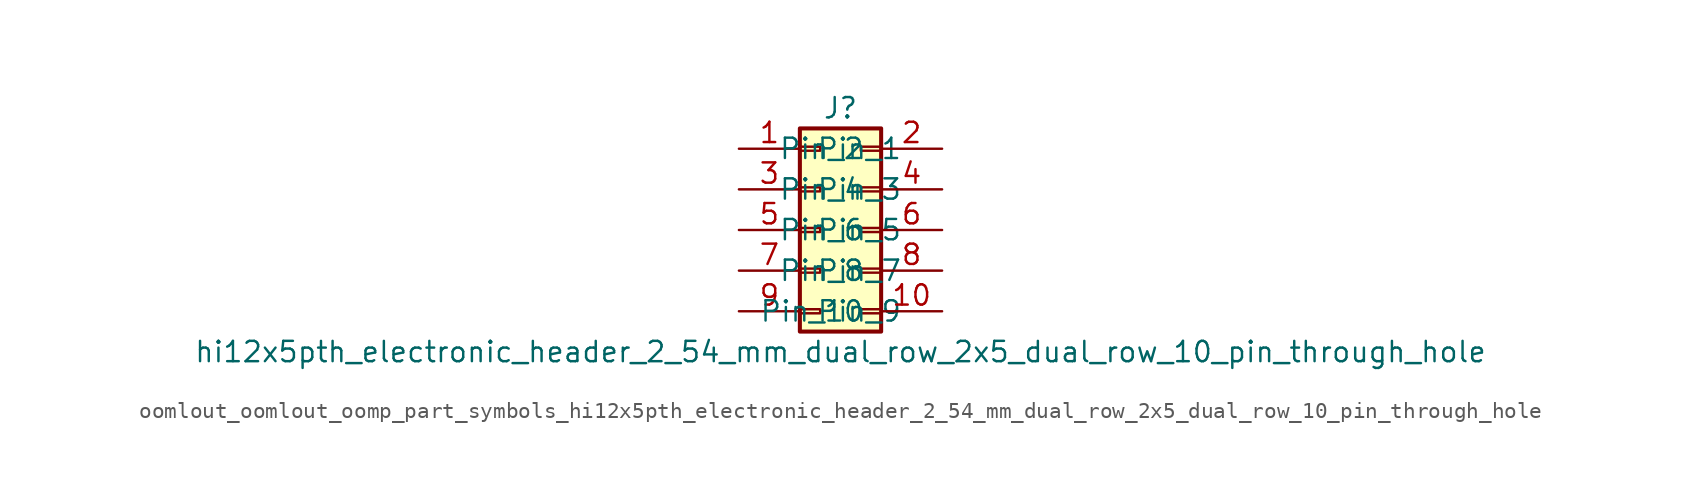
<source format=kicad_sym>
(kicad_symbol_lib
  (version 20220914)
  (generator kicad_symbol_editor)
  (symbol "oomlout_oomlout_oomp_part_symbols_hi12x5pth_electronic_header_2_54_mm_dual_row_2x5_dual_row_10_pin_through_hole"
    (pin_names
      (offset 1.016))
    (property "Reference" "J"
      (at 1.27 7.62 0)
      (effects (font (size 1.27 1.27))))
    (property "Value" "hi12x5pth_electronic_header_2_54_mm_dual_row_2x5_dual_row_10_pin_through_hole"
      (at 1.27 -7.62 0)
      (effects (font (size 1.27 1.27))))
    (symbol "oomlout_oomlout_oomp_part_symbols_hi12x5pth_electronic_header_2_54_mm_dual_row_2x5_dual_row_10_pin_through_hole_1_1"
      (rectangle (start -1.27 -4.953) (end 0 -5.207) (stroke (width 0.152) (type default)) (fill (type none)))
      (rectangle (start -1.27 -2.413) (end 0 -2.667) (stroke (width 0.152) (type default)) (fill (type none)))
      (rectangle (start -1.27 0.127) (end 0 -0.127) (stroke (width 0.152) (type default)) (fill (type none)))
      (rectangle (start -1.27 2.667) (end 0 2.413) (stroke (width 0.152) (type default)) (fill (type none)))
      (rectangle (start -1.27 5.207) (end 0 4.953) (stroke (width 0.152) (type default)) (fill (type none)))
      (rectangle (start -1.27 6.35) (end 3.81 -6.35) (stroke (width 0.254) (type default)) (fill (type background)))
      (rectangle (start 3.81 -4.953) (end 2.54 -5.207) (stroke (width 0.152) (type default)) (fill (type none)))
      (rectangle (start 3.81 -2.413) (end 2.54 -2.667) (stroke (width 0.152) (type default)) (fill (type none)))
      (rectangle (start 3.81 0.127) (end 2.54 -0.127) (stroke (width 0.152) (type default)) (fill (type none)))
      (rectangle (start 3.81 2.667) (end 2.54 2.413) (stroke (width 0.152) (type default)) (fill (type none)))
      (rectangle (start 3.81 5.207) (end 2.54 4.953) (stroke (width 0.152) (type default)) (fill (type none)))
      (pin passive line (at -5.08 5.08 0) (length 3.81) (name "Pin_1" (effects (font (size 1.27 1.27)))) (number "1" (effects (font (size 1.27 1.27)))))
      (pin passive line (at 7.62 -5.08 180) (length 3.81) (name "Pin_10" (effects (font (size 1.27 1.27)))) (number "10" (effects (font (size 1.27 1.27)))))
      (pin passive line (at 7.62 5.08 180) (length 3.81) (name "Pin_2" (effects (font (size 1.27 1.27)))) (number "2" (effects (font (size 1.27 1.27)))))
      (pin passive line (at -5.08 2.54 0) (length 3.81) (name "Pin_3" (effects (font (size 1.27 1.27)))) (number "3" (effects (font (size 1.27 1.27)))))
      (pin passive line (at 7.62 2.54 180) (length 3.81) (name "Pin_4" (effects (font (size 1.27 1.27)))) (number "4" (effects (font (size 1.27 1.27)))))
      (pin passive line (at -5.08 0 0) (length 3.81) (name "Pin_5" (effects (font (size 1.27 1.27)))) (number "5" (effects (font (size 1.27 1.27)))))
      (pin passive line (at 7.62 0 180) (length 3.81) (name "Pin_6" (effects (font (size 1.27 1.27)))) (number "6" (effects (font (size 1.27 1.27)))))
      (pin passive line (at -5.08 -2.54 0) (length 3.81) (name "Pin_7" (effects (font (size 1.27 1.27)))) (number "7" (effects (font (size 1.27 1.27)))))
      (pin passive line (at 7.62 -2.54 180) (length 3.81) (name "Pin_8" (effects (font (size 1.27 1.27)))) (number "8" (effects (font (size 1.27 1.27)))))
      (pin passive line (at -5.08 -5.08 0) (length 3.81) (name "Pin_9" (effects (font (size 1.27 1.27)))) (number "9" (effects (font (size 1.27 1.27))))))))
</source>
